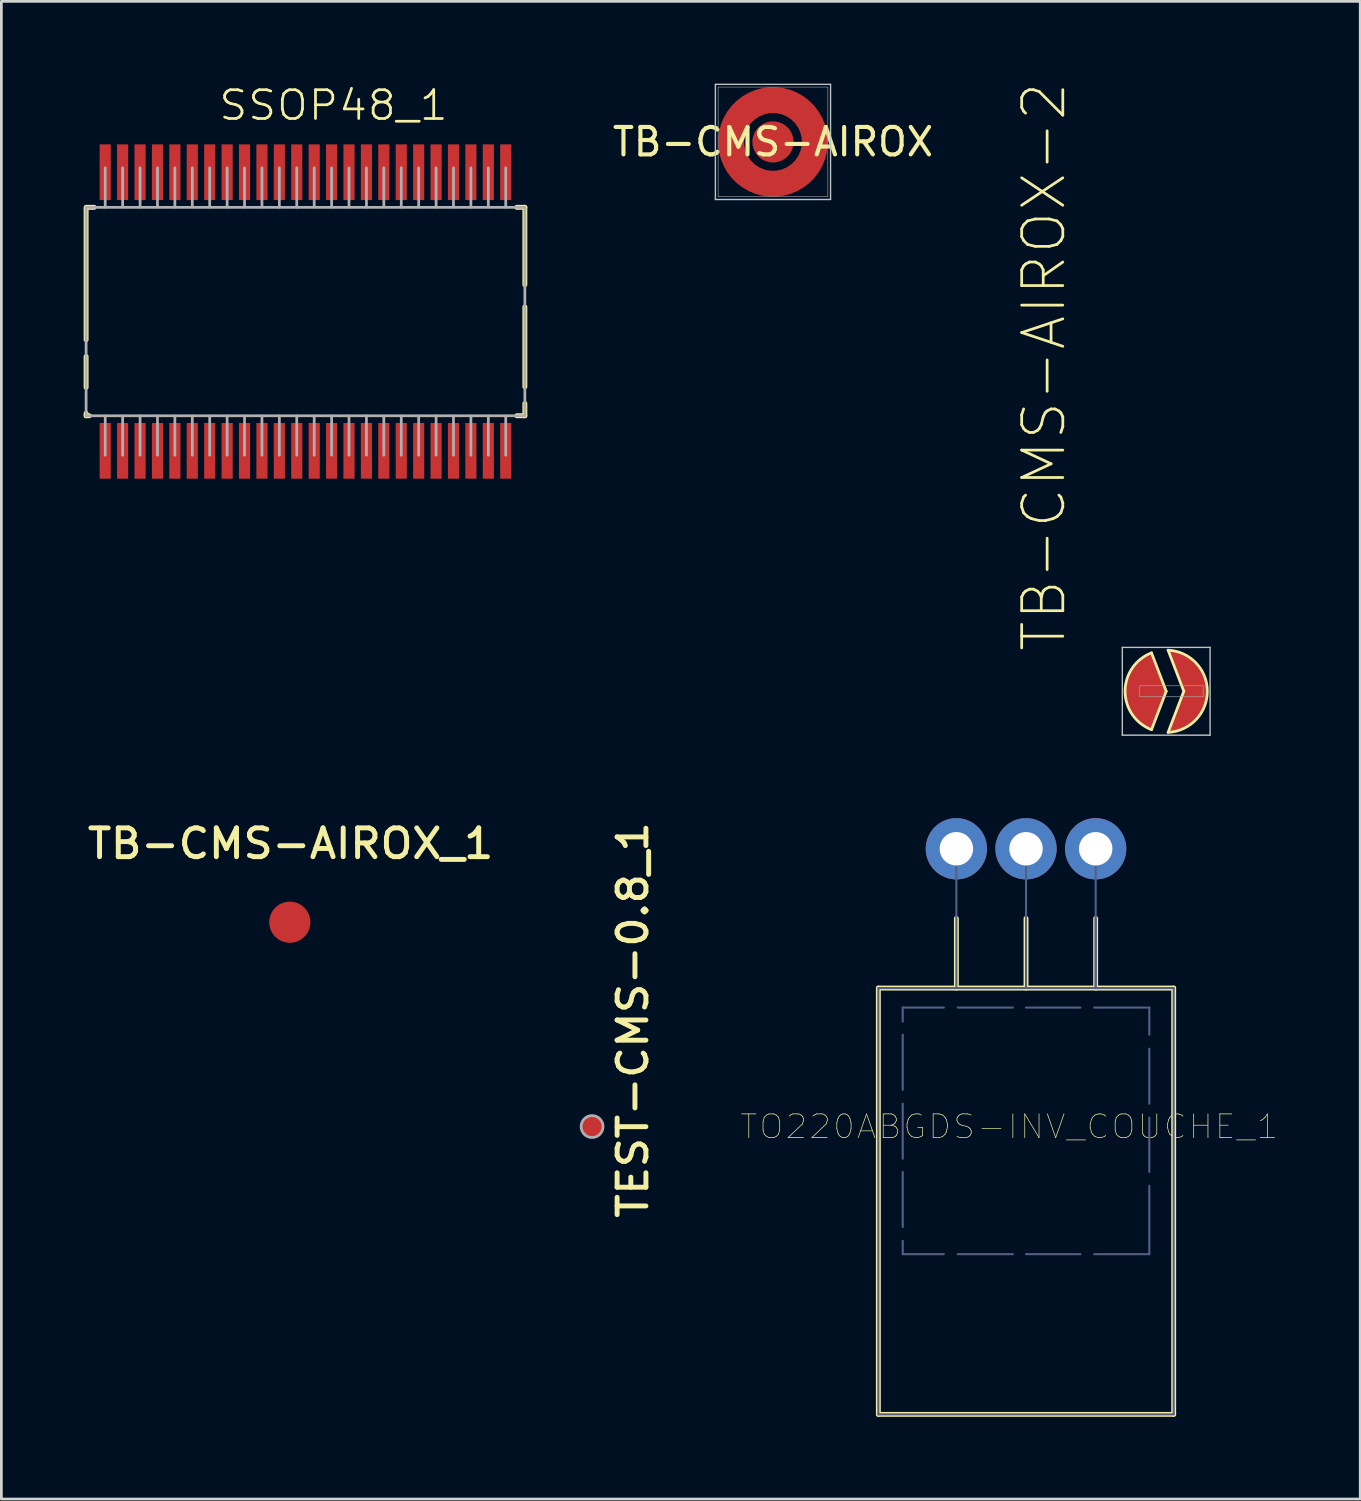
<source format=kicad_pcb>
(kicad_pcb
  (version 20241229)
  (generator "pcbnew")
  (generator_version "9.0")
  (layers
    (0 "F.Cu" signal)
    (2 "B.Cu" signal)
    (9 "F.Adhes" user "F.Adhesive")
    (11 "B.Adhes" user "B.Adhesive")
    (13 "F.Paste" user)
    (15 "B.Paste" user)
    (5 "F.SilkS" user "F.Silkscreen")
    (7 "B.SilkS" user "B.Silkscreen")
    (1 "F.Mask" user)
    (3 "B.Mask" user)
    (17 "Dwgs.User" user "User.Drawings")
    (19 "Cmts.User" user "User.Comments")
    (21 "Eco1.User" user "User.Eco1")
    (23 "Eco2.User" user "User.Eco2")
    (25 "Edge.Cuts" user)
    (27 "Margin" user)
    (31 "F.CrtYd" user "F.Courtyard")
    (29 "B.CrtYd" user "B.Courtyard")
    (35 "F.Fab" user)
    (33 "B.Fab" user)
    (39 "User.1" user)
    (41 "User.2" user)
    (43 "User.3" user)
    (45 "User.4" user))
  (footprint "TB-CMS-AIROX_1"
    (layer "F.Cu")
    (at 7.519 30.581)
    (property "Reference" "TB-CMS-AIROX_1" (at 0.027 -2.867 0) (unlocked yes) (layer "F.SilkS") (effects (font (size 1.05 1.104) (thickness 0.18))))
    (attr smd)
    (pad "1" smd circle (at 0 0) (size 0.005 0.005) (layers "F.Cu" "F.Mask" "F.Paste"))
    (pad "2" smd circle (at 0 0) (size 1.5 1.5) (layers "F.Cu" "F.Mask" "F.Paste")))
  (footprint "TB-CMS-AIROX-2"
    (placed yes)
    (layer "F.Cu")
    (at 39.478 22.159)
    (property "Reference" "TB-CMS-AIROX-2" (at -3.582 -1.373 90) (layer "F.SilkS") (effects (font (size 1.5 1.5) (thickness 0.1)) (justify left bottom)))
    (attr through_hole)
    (fp_arc (start 1.6 0) (mid -1.6 0) (end 1.6 0) (stroke (width 0.05) (type solid)) (layer "F.Mask"))
    (fp_line (start -0.536 -1.401) (end 0.00001 0) (stroke (width 0.1) (type solid)) (layer "F.SilkS"))
    (fp_line (start -0.536 1.401) (end 0.00001 0) (stroke (width 0.1) (type solid)) (layer "F.SilkS"))
    (fp_line (start 0.069 1.498) (end 0.642 0) (stroke (width 0.1) (type solid)) (layer "F.SilkS"))
    (fp_line (start 0.642 0) (end 0.069 -1.498) (stroke (width 0.1) (type solid)) (layer "F.SilkS"))
    (fp_arc (start -0.536129 1.40092) (mid -1.499993 0) (end -0.53613 -1.40092) (stroke (width 0.1) (type solid)) (layer "F.SilkS"))
    (fp_arc (start 0.069 -1.49841) (mid 1.499953 0) (end 0.069 1.49841) (stroke (width 0.1) (type solid)) (layer "F.SilkS"))
    (fp_line (start -1.6 -1.6) (end 1.6 -1.6) (stroke (width 0.05) (type solid)) (layer "Dwgs.User"))
    (fp_line (start -1.6 1.6) (end -1.6 -1.6) (stroke (width 0.05) (type solid)) (layer "Dwgs.User"))
    (fp_line (start 1.6 -1.6) (end 1.6 1.6) (stroke (width 0.05) (type solid)) (layer "Dwgs.User"))
    (fp_line (start 1.6 1.6) (end -1.6 1.6) (stroke (width 0.05) (type solid)) (layer "Dwgs.User"))
    (fp_poly (pts (xy 1.348 -0.2) (xy 1.348 0.2) (xy -0.965 0.2) (xy -0.965 -0.2)) (stroke (width 0.02) (type solid)) (fill no) (layer "F.Fab"))
    (pad "1" smd custom (at -0.765 0) (size 0.4 0.4) (layers "F.Cu" "F.Mask" "F.Paste") (options (anchor circle)) (primitives (gr_poly (pts (xy 0.229 1.401) (xy 0.137 1.362) (xy 0.047 1.317) (xy -0.039 1.266) (xy -0.122 1.209) (xy -0.201 1.147) (xy -0.276 1.08) (xy -0.346 1.008) (xy -0.411 0.931) (xy -0.47 0.85) (xy -0.524 0.766) (xy -0.573 0.678) (xy -0.615 0.587) (xy -0.651 0.493) (xy -0.681 0.397) (xy -0.704 0.299) (xy -0.721 0.2) (xy -0.731 0.1) (xy -0.735 0) (xy -0.731 -0.1) (xy -0.721 -0.2) (xy -0.704 -0.299) (xy -0.681 -0.397) (xy -0.651 -0.493) (xy -0.615 -0.587) (xy -0.573 -0.678) (xy -0.524 -0.766) (xy -0.47 -0.85) (xy -0.411 -0.931) (xy -0.346 -1.008) (xy -0.276 -1.08) (xy -0.201 -1.147) (xy -0.122 -1.209) (xy -0.039 -1.266) (xy 0.047 -1.317) (xy 0.137 -1.362) (xy 0.229 -1.401) (xy 0.765 0)) (width 0) (fill yes))))
    (pad "2" smd custom (at 1.148 0) (size 0.4 0.4) (layers "F.Cu" "F.Mask" "F.Paste") (options (anchor circle)) (primitives (gr_poly (pts (xy -0.506 0) (xy -1.079 -1.498) (xy -0.978 -1.49) (xy -0.877 -1.475) (xy -0.778 -1.454) (xy -0.68 -1.425) (xy -0.585 -1.39) (xy -0.492 -1.349) (xy -0.402 -1.301) (xy -0.316 -1.248) (xy -0.233 -1.189) (xy -0.155 -1.124) (xy -0.081 -1.054) (xy -0.012 -0.98) (xy 0.052 -0.9) (xy 0.11 -0.817) (xy 0.162 -0.73) (xy 0.209 -0.64) (xy 0.249 -0.546) (xy 0.283 -0.45) (xy 0.31 -0.352) (xy 0.33 -0.253) (xy 0.344 -0.152) (xy 0.351 -0.051) (xy 0.351 0.051) (xy 0.344 0.152) (xy 0.33 0.253) (xy 0.31 0.352) (xy 0.283 0.45) (xy 0.249 0.546) (xy 0.209 0.64) (xy 0.162 0.73) (xy 0.11 0.817) (xy 0.052 0.9) (xy -0.012 0.98) (xy -0.081 1.054) (xy -0.155 1.124) (xy -0.233 1.189) (xy -0.316 1.248) (xy -0.402 1.301) (xy -0.492 1.349) (xy -0.585 1.39) (xy -0.68 1.425) (xy -0.778 1.454) (xy -0.877 1.475) (xy -0.978 1.49) (xy -1.079 1.498)) (width 0) (fill yes)))))
  (footprint "SSOP48_1"
    (layer "F.Cu")
    (at 8.09 8.311)
    (property "Reference" "SSOP48_1" (at 1.022 -7.521 0) (unlocked yes) (layer "F.SilkS") (effects (font (size 1.05 1.104) (thickness 0.1))))
    (attr smd)
    (fp_line (start -8 1.028) (end -8 -3.794) (stroke (width 0.18) (type solid)) (layer "F.SilkS"))
    (fp_line (start -8 2.765) (end -8 1.639) (stroke (width 0.18) (type solid)) (layer "F.SilkS"))
    (fp_line (start -8 3.8) (end -8 3.712) (stroke (width 0.18) (type solid)) (layer "F.SilkS"))
    (fp_line (start -8 3.8) (end -7.882 3.8) (stroke (width 0.18) (type solid)) (layer "F.SilkS"))
    (fp_line (start -7.991 -3.8) (end -7.706 -3.8) (stroke (width 0.18) (type solid)) (layer "F.SilkS"))
    (fp_line (start 7.706 -3.8) (end 8 -3.8) (stroke (width 0.18) (type solid)) (layer "F.SilkS"))
    (fp_line (start 7.706 3.8) (end 8 3.8) (stroke (width 0.18) (type solid)) (layer "F.SilkS"))
    (fp_line (start 8 -0.976) (end 8 -3.8) (stroke (width 0.18) (type solid)) (layer "F.SilkS"))
    (fp_line (start 8 2.743) (end 8 -0.167) (stroke (width 0.18) (type solid)) (layer "F.SilkS"))
    (fp_line (start 8 3.8) (end 8 3.353) (stroke (width 0.18) (type solid)) (layer "F.SilkS"))
    (fp_line (start -8 -3.8) (end 8 -3.8) (stroke (width 0.1) (type solid)) (layer "F.Fab"))
    (fp_line (start -8 3.8) (end -8 -3.8) (stroke (width 0.1) (type solid)) (layer "F.Fab"))
    (fp_line (start -8 3.8) (end 8 3.8) (stroke (width 0.1) (type solid)) (layer "F.Fab"))
    (fp_line (start -7.303 -3.81) (end -7.303 -5.239) (stroke (width 0.1) (type solid)) (layer "F.Fab"))
    (fp_line (start -7.303 5.239) (end -7.303 3.81) (stroke (width 0.1) (type solid)) (layer "F.Fab"))
    (fp_line (start -6.668 -3.81) (end -6.668 -5.239) (stroke (width 0.1) (type solid)) (layer "F.Fab"))
    (fp_line (start -6.668 5.239) (end -6.668 3.81) (stroke (width 0.1) (type solid)) (layer "F.Fab"))
    (fp_line (start -6.032 -3.81) (end -6.032 -5.239) (stroke (width 0.1) (type solid)) (layer "F.Fab"))
    (fp_line (start -6.032 5.239) (end -6.032 3.81) (stroke (width 0.1) (type solid)) (layer "F.Fab"))
    (fp_line (start -5.397 -3.81) (end -5.397 -5.239) (stroke (width 0.1) (type solid)) (layer "F.Fab"))
    (fp_line (start -5.397 5.239) (end -5.397 3.81) (stroke (width 0.1) (type solid)) (layer "F.Fab"))
    (fp_line (start -4.763 -3.81) (end -4.763 -5.239) (stroke (width 0.1) (type solid)) (layer "F.Fab"))
    (fp_line (start -4.763 5.239) (end -4.763 3.81) (stroke (width 0.1) (type solid)) (layer "F.Fab"))
    (fp_line (start -4.128 -3.81) (end -4.128 -5.239) (stroke (width 0.1) (type solid)) (layer "F.Fab"))
    (fp_line (start -4.128 5.239) (end -4.128 3.81) (stroke (width 0.1) (type solid)) (layer "F.Fab"))
    (fp_line (start -3.493 -3.81) (end -3.493 -5.239) (stroke (width 0.1) (type solid)) (layer "F.Fab"))
    (fp_line (start -3.493 5.239) (end -3.493 3.81) (stroke (width 0.1) (type solid)) (layer "F.Fab"))
    (fp_line (start -2.857 -3.81) (end -2.857 -5.239) (stroke (width 0.1) (type solid)) (layer "F.Fab"))
    (fp_line (start -2.857 5.239) (end -2.857 3.81) (stroke (width 0.1) (type solid)) (layer "F.Fab"))
    (fp_line (start -2.223 -3.81) (end -2.223 -5.239) (stroke (width 0.1) (type solid)) (layer "F.Fab"))
    (fp_line (start -2.223 5.239) (end -2.223 3.81) (stroke (width 0.1) (type solid)) (layer "F.Fab"))
    (fp_line (start -1.587 -3.81) (end -1.587 -5.239) (stroke (width 0.1) (type solid)) (layer "F.Fab"))
    (fp_line (start -1.587 5.239) (end -1.587 3.81) (stroke (width 0.1) (type solid)) (layer "F.Fab"))
    (fp_line (start -0.953 -3.81) (end -0.953 -5.239) (stroke (width 0.1) (type solid)) (layer "F.Fab"))
    (fp_line (start -0.953 5.239) (end -0.953 3.81) (stroke (width 0.1) (type solid)) (layer "F.Fab"))
    (fp_line (start -0.318 -3.81) (end -0.318 -5.239) (stroke (width 0.1) (type solid)) (layer "F.Fab"))
    (fp_line (start -0.318 5.239) (end -0.318 3.81) (stroke (width 0.1) (type solid)) (layer "F.Fab"))
    (fp_line (start 0.318 -3.81) (end 0.318 -5.239) (stroke (width 0.1) (type solid)) (layer "F.Fab"))
    (fp_line (start 0.318 5.239) (end 0.318 3.81) (stroke (width 0.1) (type solid)) (layer "F.Fab"))
    (fp_line (start 0.953 -3.81) (end 0.953 -5.239) (stroke (width 0.1) (type solid)) (layer "F.Fab"))
    (fp_line (start 0.953 5.239) (end 0.953 3.81) (stroke (width 0.1) (type solid)) (layer "F.Fab"))
    (fp_line (start 1.587 -3.81) (end 1.587 -5.239) (stroke (width 0.1) (type solid)) (layer "F.Fab"))
    (fp_line (start 1.587 5.239) (end 1.587 3.81) (stroke (width 0.1) (type solid)) (layer "F.Fab"))
    (fp_line (start 2.223 -3.81) (end 2.223 -5.239) (stroke (width 0.1) (type solid)) (layer "F.Fab"))
    (fp_line (start 2.223 5.239) (end 2.223 3.81) (stroke (width 0.1) (type solid)) (layer "F.Fab"))
    (fp_line (start 2.857 -3.81) (end 2.857 -5.239) (stroke (width 0.1) (type solid)) (layer "F.Fab"))
    (fp_line (start 2.857 5.239) (end 2.857 3.81) (stroke (width 0.1) (type solid)) (layer "F.Fab"))
    (fp_line (start 3.493 -3.81) (end 3.493 -5.239) (stroke (width 0.1) (type solid)) (layer "F.Fab"))
    (fp_line (start 3.493 5.239) (end 3.493 3.81) (stroke (width 0.1) (type solid)) (layer "F.Fab"))
    (fp_line (start 4.128 -3.81) (end 4.128 -5.239) (stroke (width 0.1) (type solid)) (layer "F.Fab"))
    (fp_line (start 4.128 5.239) (end 4.128 3.81) (stroke (width 0.1) (type solid)) (layer "F.Fab"))
    (fp_line (start 4.763 -3.81) (end 4.763 -5.239) (stroke (width 0.1) (type solid)) (layer "F.Fab"))
    (fp_line (start 4.763 5.239) (end 4.763 3.81) (stroke (width 0.1) (type solid)) (layer "F.Fab"))
    (fp_line (start 5.397 -3.81) (end 5.397 -5.239) (stroke (width 0.1) (type solid)) (layer "F.Fab"))
    (fp_line (start 5.397 5.239) (end 5.397 3.81) (stroke (width 0.1) (type solid)) (layer "F.Fab"))
    (fp_line (start 6.032 -3.81) (end 6.032 -5.239) (stroke (width 0.1) (type solid)) (layer "F.Fab"))
    (fp_line (start 6.032 5.239) (end 6.032 3.81) (stroke (width 0.1) (type solid)) (layer "F.Fab"))
    (fp_line (start 6.668 -3.81) (end 6.668 -5.239) (stroke (width 0.1) (type solid)) (layer "F.Fab"))
    (fp_line (start 6.668 5.239) (end 6.668 3.81) (stroke (width 0.1) (type solid)) (layer "F.Fab"))
    (fp_line (start 7.303 -3.81) (end 7.303 -5.239) (stroke (width 0.1) (type solid)) (layer "F.Fab"))
    (fp_line (start 7.303 5.239) (end 7.303 3.81) (stroke (width 0.1) (type solid)) (layer "F.Fab"))
    (fp_line (start 8 3.8) (end 8 -3.8) (stroke (width 0.1) (type solid)) (layer "F.Fab"))
    (fp_circle (center -7.239 2.794) (end -6.88 2.794) (stroke (width 0.00003) (type solid)) (fill no) (layer "F.Fab"))
    (pad "1" smd rect (at -7.303 5.08) (size 0.406 2.032) (layers "F.Cu" "F.Mask" "F.Paste"))
    (pad "2" smd rect (at -6.668 5.08) (size 0.406 2.032) (layers "F.Cu" "F.Mask" "F.Paste"))
    (pad "3" smd rect (at -6.032 5.08) (size 0.406 2.032) (layers "F.Cu" "F.Mask" "F.Paste"))
    (pad "4" smd rect (at -5.397 5.08) (size 0.406 2.032) (layers "F.Cu" "F.Mask" "F.Paste"))
    (pad "5" smd rect (at -4.763 5.08) (size 0.406 2.032) (layers "F.Cu" "F.Mask" "F.Paste"))
    (pad "6" smd rect (at -4.128 5.08) (size 0.406 2.032) (layers "F.Cu" "F.Mask" "F.Paste"))
    (pad "7" smd rect (at -3.493 5.08) (size 0.406 2.032) (layers "F.Cu" "F.Mask" "F.Paste"))
    (pad "8" smd rect (at -2.857 5.08) (size 0.406 2.032) (layers "F.Cu" "F.Mask" "F.Paste"))
    (pad "9" smd rect (at -2.223 5.08) (size 0.406 2.032) (layers "F.Cu" "F.Mask" "F.Paste"))
    (pad "10" smd rect (at -1.587 5.08) (size 0.406 2.032) (layers "F.Cu" "F.Mask" "F.Paste"))
    (pad "11" smd rect (at -0.953 5.08) (size 0.406 2.032) (layers "F.Cu" "F.Mask" "F.Paste"))
    (pad "12" smd rect (at -0.318 5.08) (size 0.406 2.032) (layers "F.Cu" "F.Mask" "F.Paste"))
    (pad "13" smd rect (at 0.318 5.08) (size 0.406 2.032) (layers "F.Cu" "F.Mask" "F.Paste"))
    (pad "14" smd rect (at 0.953 5.08) (size 0.406 2.032) (layers "F.Cu" "F.Mask" "F.Paste"))
    (pad "15" smd rect (at 1.587 5.08) (size 0.406 2.032) (layers "F.Cu" "F.Mask" "F.Paste"))
    (pad "16" smd rect (at 2.223 5.08) (size 0.406 2.032) (layers "F.Cu" "F.Mask" "F.Paste"))
    (pad "17" smd rect (at 2.857 5.08) (size 0.406 2.032) (layers "F.Cu" "F.Mask" "F.Paste"))
    (pad "18" smd rect (at 3.493 5.08) (size 0.406 2.032) (layers "F.Cu" "F.Mask" "F.Paste"))
    (pad "19" smd rect (at 4.128 5.08) (size 0.406 2.032) (layers "F.Cu" "F.Mask" "F.Paste"))
    (pad "20" smd rect (at 4.763 5.08) (size 0.406 2.032) (layers "F.Cu" "F.Mask" "F.Paste"))
    (pad "21" smd rect (at 5.397 5.08) (size 0.406 2.032) (layers "F.Cu" "F.Mask" "F.Paste"))
    (pad "22" smd rect (at 6.032 5.08) (size 0.406 2.032) (layers "F.Cu" "F.Mask" "F.Paste"))
    (pad "23" smd rect (at 6.668 5.08) (size 0.406 2.032) (layers "F.Cu" "F.Mask" "F.Paste"))
    (pad "24" smd rect (at 7.303 5.08) (size 0.406 2.032) (layers "F.Cu" "F.Mask" "F.Paste"))
    (pad "25" smd rect (at 7.303 -5.08) (size 0.406 2.032) (layers "F.Cu" "F.Mask" "F.Paste"))
    (pad "26" smd rect (at 6.668 -5.08) (size 0.406 2.032) (layers "F.Cu" "F.Mask" "F.Paste"))
    (pad "27" smd rect (at 6.032 -5.08) (size 0.406 2.032) (layers "F.Cu" "F.Mask" "F.Paste"))
    (pad "28" smd rect (at 5.397 -5.08) (size 0.406 2.032) (layers "F.Cu" "F.Mask" "F.Paste"))
    (pad "29" smd rect (at 4.763 -5.08) (size 0.406 2.032) (layers "F.Cu" "F.Mask" "F.Paste"))
    (pad "30" smd rect (at 4.128 -5.08) (size 0.406 2.032) (layers "F.Cu" "F.Mask" "F.Paste"))
    (pad "31" smd rect (at 3.493 -5.08) (size 0.406 2.032) (layers "F.Cu" "F.Mask" "F.Paste"))
    (pad "32" smd rect (at 2.857 -5.08) (size 0.406 2.032) (layers "F.Cu" "F.Mask" "F.Paste"))
    (pad "33" smd rect (at 2.223 -5.08) (size 0.406 2.032) (layers "F.Cu" "F.Mask" "F.Paste"))
    (pad "34" smd rect (at 1.587 -5.08) (size 0.406 2.032) (layers "F.Cu" "F.Mask" "F.Paste"))
    (pad "35" smd rect (at 0.953 -5.08) (size 0.406 2.032) (layers "F.Cu" "F.Mask" "F.Paste"))
    (pad "36" smd rect (at 0.318 -5.08) (size 0.406 2.032) (layers "F.Cu" "F.Mask" "F.Paste"))
    (pad "37" smd rect (at -0.318 -5.08) (size 0.406 2.032) (layers "F.Cu" "F.Mask" "F.Paste"))
    (pad "38" smd rect (at -0.953 -5.08) (size 0.406 2.032) (layers "F.Cu" "F.Mask" "F.Paste"))
    (pad "39" smd rect (at -1.587 -5.08) (size 0.406 2.032) (layers "F.Cu" "F.Mask" "F.Paste"))
    (pad "40" smd rect (at -2.223 -5.08) (size 0.406 2.032) (layers "F.Cu" "F.Mask" "F.Paste"))
    (pad "41" smd rect (at -2.857 -5.08) (size 0.406 2.032) (layers "F.Cu" "F.Mask" "F.Paste"))
    (pad "42" smd rect (at -3.493 -5.08) (size 0.406 2.032) (layers "F.Cu" "F.Mask" "F.Paste"))
    (pad "43" smd rect (at -4.128 -5.08) (size 0.406 2.032) (layers "F.Cu" "F.Mask" "F.Paste"))
    (pad "44" smd rect (at -4.763 -5.08) (size 0.406 2.032) (layers "F.Cu" "F.Mask" "F.Paste"))
    (pad "45" smd rect (at -5.397 -5.08) (size 0.406 2.032) (layers "F.Cu" "F.Mask" "F.Paste"))
    (pad "46" smd rect (at -6.032 -5.08) (size 0.406 2.032) (layers "F.Cu" "F.Mask" "F.Paste"))
    (pad "47" smd rect (at -6.668 -5.08) (size 0.406 2.032) (layers "F.Cu" "F.Mask" "F.Paste"))
    (pad "48" smd rect (at -7.303 -5.08) (size 0.406 2.032) (layers "F.Cu" "F.Mask" "F.Paste")))
  (footprint "TB-CMS-AIROX"
    (placed yes)
    (layer "F.Cu")
    (at 25.138 2.125)
    (property "Reference" "TB-CMS-AIROX" (at 0 0 0) (layer "F.SilkS") (effects (font (size 1 1) (thickness 0.15))))
    (attr through_hole)
    (fp_line (start -2.1 -2.1) (end 2.1 -2.1) (stroke (width 0.05) (type solid)) (layer "Dwgs.User"))
    (fp_line (start -2.1 2.1) (end -2.1 -2.1) (stroke (width 0.05) (type solid)) (layer "Dwgs.User"))
    (fp_line (start 2.1 -2.1) (end 2.1 2.1) (stroke (width 0.05) (type solid)) (layer "Dwgs.User"))
    (fp_line (start 2.1 2.1) (end -2.1 2.1) (stroke (width 0.05) (type solid)) (layer "Dwgs.User"))
    (fp_poly (pts (xy 2 -2) (xy 2 2) (xy -2 2) (xy -2 -2)) (stroke (width 0.02) (type solid)) (fill no) (layer "F.Fab"))
    (pad "1" smd custom (at 1.525 0) (size 0.95 0.95) (layers "F.Cu" "F.Mask" "F.Paste") (options (anchor circle)) (primitives (gr_circle (center -1.525 0) (end 0 0) (width 0.95) (fill no))))
    (pad "2" smd circle (at 0 0) (size 1.5 1.5) (layers "F.Cu" "F.Mask" "F.Paste")))
  (footprint "TO220ABGDS-INV_COUCHE_1"
    (layer "F.Cu")
    (at 34.366 45.682)
    (property "Reference" "TO220ABGDS-INV_COUCHE_1" (at -0.61 -7.645 0) (unlocked yes) (layer "F.SilkS") (effects (font (size 0.866 0.911) (thickness 0.025))))
    (attr smd)
    (fp_line (start -5.385 -12.7) (end -5.385 2.845) (stroke (width 0.178) (type solid)) (layer "F.SilkS"))
    (fp_line (start -2.54 -15.24) (end -2.54 -12.7) (stroke (width 0.178) (type solid)) (layer "F.SilkS"))
    (fp_line (start 0 -15.24) (end 0 -12.7) (stroke (width 0.178) (type solid)) (layer "F.SilkS"))
    (fp_line (start 2.54 -15.24) (end 2.54 -12.7) (stroke (width 0.178) (type solid)) (layer "F.SilkS"))
    (fp_line (start 5.385 -12.7) (end -5.385 -12.7) (stroke (width 0.178) (type solid)) (layer "F.SilkS"))
    (fp_line (start 5.385 -12.7) (end 5.385 2.845) (stroke (width 0.178) (type solid)) (layer "F.SilkS"))
    (fp_line (start 5.385 2.845) (end -5.385 2.845) (stroke (width 0.178) (type solid)) (layer "F.SilkS"))
    (fp_line (start -5.385 -12.7) (end -5.385 2.845) (stroke (width 0.076) (type solid)) (layer "B.Fab"))
    (fp_line (start -4.496 -11.989) (end -4.496 -11.481) (stroke (width 0.076) (type solid)) (layer "B.Fab"))
    (fp_line (start -4.496 -10.998) (end -4.496 -8.992) (stroke (width 0.076) (type solid)) (layer "B.Fab"))
    (fp_line (start -4.496 -8.484) (end -4.496 -6.477) (stroke (width 0.076) (type solid)) (layer "B.Fab"))
    (fp_line (start -4.496 -5.994) (end -4.496 -3.988) (stroke (width 0.076) (type solid)) (layer "B.Fab"))
    (fp_line (start -4.496 -3.48) (end -4.496 -2.997) (stroke (width 0.076) (type solid)) (layer "B.Fab"))
    (fp_line (start -2.997 -11.989) (end -4.496 -11.989) (stroke (width 0.076) (type solid)) (layer "B.Fab"))
    (fp_line (start -2.997 -2.997) (end -4.496 -2.997) (stroke (width 0.076) (type solid)) (layer "B.Fab"))
    (fp_line (start -2.54 -17.145) (end -2.54 -12.7) (stroke (width 0.076) (type solid)) (layer "B.Fab"))
    (fp_line (start -0.483 -11.989) (end -2.489 -11.989) (stroke (width 0.076) (type solid)) (layer "B.Fab"))
    (fp_line (start -0.483 -2.997) (end -2.489 -2.997) (stroke (width 0.076) (type solid)) (layer "B.Fab"))
    (fp_line (start 0 -17.145) (end 0 -12.7) (stroke (width 0.076) (type solid)) (layer "B.Fab"))
    (fp_line (start 1.981 -11.989) (end 0 -11.989) (stroke (width 0.076) (type solid)) (layer "B.Fab"))
    (fp_line (start 1.981 -2.997) (end 0 -2.997) (stroke (width 0.076) (type solid)) (layer "B.Fab"))
    (fp_line (start 2.54 -17.145) (end 2.54 -12.7) (stroke (width 0.076) (type solid)) (layer "B.Fab"))
    (fp_line (start 2.54 -15.24) (end 2.54 -12.7) (stroke (width 0.076) (type solid)) (layer "B.Fab"))
    (fp_line (start 4.496 -11.989) (end 2.489 -11.989) (stroke (width 0.076) (type solid)) (layer "B.Fab"))
    (fp_line (start 4.496 -11.989) (end 4.496 -10.998) (stroke (width 0.076) (type solid)) (layer "B.Fab"))
    (fp_line (start 4.496 -10.49) (end 4.496 -8.484) (stroke (width 0.076) (type solid)) (layer "B.Fab"))
    (fp_line (start 4.496 -7.976) (end 4.496 -5.994) (stroke (width 0.076) (type solid)) (layer "B.Fab"))
    (fp_line (start 4.496 -5.486) (end 4.496 -2.997) (stroke (width 0.076) (type solid)) (layer "B.Fab"))
    (fp_line (start 4.496 -2.997) (end 2.489 -2.997) (stroke (width 0.076) (type solid)) (layer "B.Fab"))
    (fp_line (start 5.385 -12.7) (end -5.385 -12.7) (stroke (width 0.076) (type solid)) (layer "B.Fab"))
    (fp_line (start 5.385 -12.7) (end 5.385 2.845) (stroke (width 0.076) (type solid)) (layer "B.Fab"))
    (fp_line (start 5.385 2.845) (end -5.385 2.845) (stroke (width 0.076) (type solid)) (layer "B.Fab"))
    (pad "D" thru_hole circle (at 0 -17.78) (size 2.235 2.235) (drill 1.219) (layers "*.Cu" "*.Mask"))
    (pad "G" thru_hole circle (at -2.54 -17.78) (size 2.235 2.235) (drill 1.219) (layers "*.Cu" "*.Mask"))
    (pad "S" thru_hole circle (at 2.54 -17.78) (size 2.235 2.235) (drill 1.219) (layers "*.Cu" "*.Mask")))
  (footprint "TEST-CMS-0.8_1"
    (layer "F.Cu")
    (at 18.542 38.032)
    (property "Reference" "TEST-CMS-0.8_1" (at 1.486 -3.886 90) (unlocked yes) (layer "F.SilkS") (effects (font (size 1.05 1.104) (thickness 0.18))))
    (attr smd)
    (fp_circle (center 0 0) (end 0.4 0) (stroke (width 0.1) (type solid)) (fill no) (layer "F.Fab"))
    (pad "1" smd circle (at 0 0) (size 0.813 0.813) (layers "F.Cu" "F.Mask")))
  (gr_rect
    (start -3 -3)
    (end 46.554 51.615)
    (stroke (width 0.1) (type default))
    (fill no)
    (layer "Edge.Cuts")))
</source>
